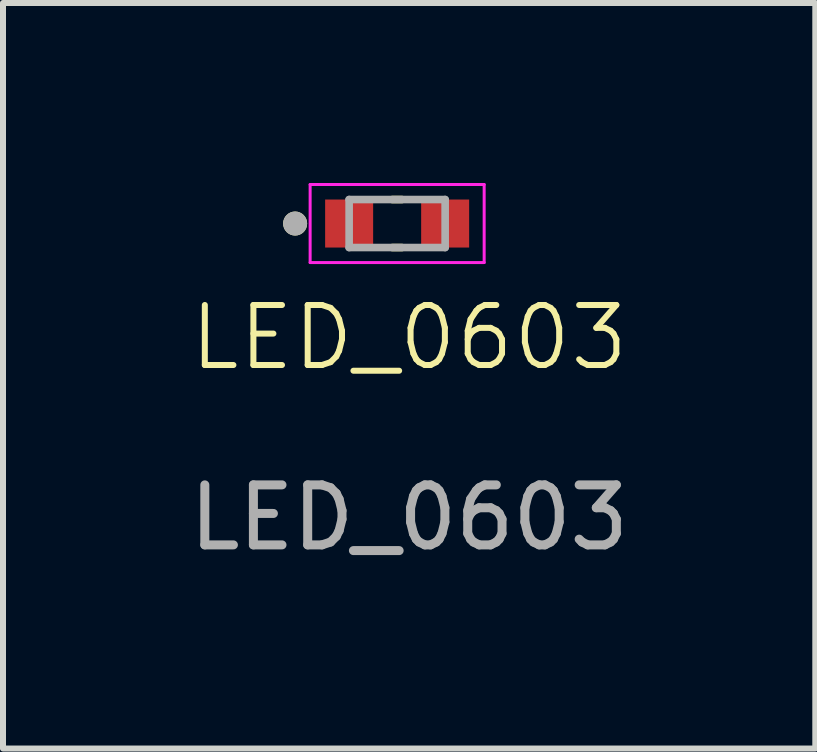
<source format=kicad_pcb>
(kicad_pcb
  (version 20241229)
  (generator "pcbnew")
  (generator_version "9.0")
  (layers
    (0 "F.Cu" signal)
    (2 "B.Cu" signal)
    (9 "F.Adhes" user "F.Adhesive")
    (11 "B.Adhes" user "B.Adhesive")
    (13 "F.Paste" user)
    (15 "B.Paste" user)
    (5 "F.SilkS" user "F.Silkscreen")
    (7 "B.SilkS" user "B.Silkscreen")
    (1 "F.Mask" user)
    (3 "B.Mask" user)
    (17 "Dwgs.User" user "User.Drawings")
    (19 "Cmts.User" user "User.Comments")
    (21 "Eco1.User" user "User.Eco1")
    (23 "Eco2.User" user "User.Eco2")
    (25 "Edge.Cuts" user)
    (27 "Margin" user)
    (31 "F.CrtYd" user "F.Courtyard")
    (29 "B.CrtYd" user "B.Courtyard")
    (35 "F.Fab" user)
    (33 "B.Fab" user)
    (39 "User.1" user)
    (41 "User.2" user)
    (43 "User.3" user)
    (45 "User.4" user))
  (footprint "LED_0603"
    (layer "F.Cu")
    (at 3.768 3.075)
    (property "Reference" "LED_0603" (at 0 -0.5 0) (unlocked yes) (layer "F.SilkS") (effects (font (size 1 1) (thickness 0.1))))
    (attr smd)
    (fp_line (start -0.28 -2.8) (end -0.12 -2.8) (stroke (width 0.127) (type solid)) (layer "F.SilkS"))
    (fp_line (start -0.28 -2) (end -0.12 -2) (stroke (width 0.127) (type solid)) (layer "F.SilkS"))
    (fp_circle (center -1.9 -2.4) (end -1.8 -2.4) (stroke (width 0.2) (type solid)) (fill no) (layer "F.SilkS"))
    (fp_line (start -1.65 -3.05) (end -1.65 -1.75) (stroke (width 0.05) (type solid)) (layer "F.CrtYd"))
    (fp_line (start -1.65 -1.75) (end 1.25 -1.75) (stroke (width 0.05) (type solid)) (layer "F.CrtYd"))
    (fp_line (start 1.25 -3.05) (end -1.65 -3.05) (stroke (width 0.05) (type solid)) (layer "F.CrtYd"))
    (fp_line (start 1.25 -1.75) (end 1.25 -3.05) (stroke (width 0.05) (type solid)) (layer "F.CrtYd"))
    (fp_line (start -1 -2.8) (end -1 -2) (stroke (width 0.127) (type solid)) (layer "F.Fab"))
    (fp_line (start -1 -2.8) (end 0.6 -2.8) (stroke (width 0.127) (type solid)) (layer "F.Fab"))
    (fp_line (start -1 -2) (end 0.6 -2) (stroke (width 0.127) (type solid)) (layer "F.Fab"))
    (fp_line (start 0.6 -2.8) (end 0.6 -2) (stroke (width 0.127) (type solid)) (layer "F.Fab"))
    (fp_circle (center -1.9 -2.4) (end -1.8 -2.4) (stroke (width 0.2) (type solid)) (fill no) (layer "F.Fab"))
    (fp_text user "${REFERENCE}" (at 0 2.5 0) (unlocked yes) (layer "F.Fab") (effects (font (size 1 1) (thickness 0.15))))
    (pad "A" smd rect (at 0.6 -2.4) (size 0.8 0.8) (layers "F.Cu" "F.Mask" "F.Paste"))
    (pad "C" smd rect (at -1 -2.4) (size 0.8 0.8) (layers "F.Cu" "F.Mask" "F.Paste")))
  (gr_rect
    (start -3 -3)
    (end 10.536 9.423)
    (stroke (width 0.1) (type default))
    (fill no)
    (layer "Edge.Cuts")))
</source>
